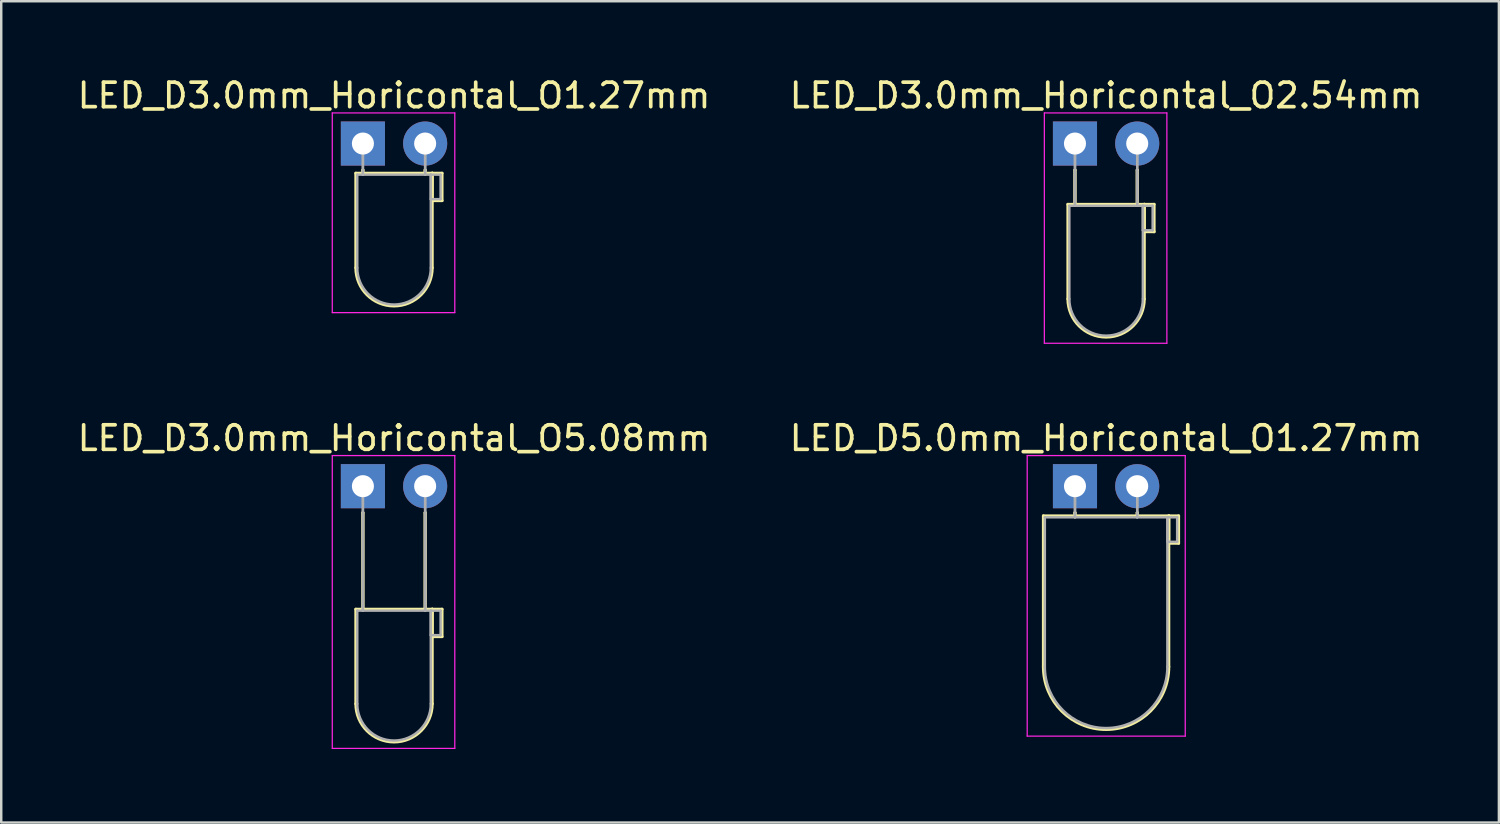
<source format=kicad_pcb>
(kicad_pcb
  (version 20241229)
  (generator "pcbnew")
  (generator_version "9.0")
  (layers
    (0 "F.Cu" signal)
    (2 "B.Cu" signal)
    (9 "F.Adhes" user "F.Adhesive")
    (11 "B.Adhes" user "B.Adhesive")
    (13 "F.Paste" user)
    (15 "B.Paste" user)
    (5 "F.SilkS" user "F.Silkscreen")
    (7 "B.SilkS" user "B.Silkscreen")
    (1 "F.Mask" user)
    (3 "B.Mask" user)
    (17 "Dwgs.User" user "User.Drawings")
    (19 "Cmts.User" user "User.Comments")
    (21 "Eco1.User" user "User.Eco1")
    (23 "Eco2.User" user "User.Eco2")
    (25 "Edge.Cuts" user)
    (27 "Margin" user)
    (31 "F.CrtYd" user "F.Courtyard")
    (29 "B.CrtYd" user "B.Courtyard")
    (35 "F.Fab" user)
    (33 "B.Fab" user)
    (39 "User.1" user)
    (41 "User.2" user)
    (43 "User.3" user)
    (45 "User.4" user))
  (footprint "LED_D3.0mm_Horicontal_O2.54mm"
    (layer "F.Cu")
    (at 40.819 2.808)
    (property "Reference" "LED_D3.0mm_Horicontal_O2.54mm" (at 1.27 -1.96 0) (layer "F.SilkS") (effects (font (size 1 1) (thickness 0.15))))
    (attr through_hole)
    (fp_line (start -0.29 2.48) (end -0.29 6.34) (stroke (width 0.12) (type solid)) (layer "F.SilkS"))
    (fp_line (start -0.29 2.48) (end 2.83 2.48) (stroke (width 0.12) (type solid)) (layer "F.SilkS"))
    (fp_line (start 0 1.08) (end 0 1.08) (stroke (width 0.12) (type solid)) (layer "F.SilkS"))
    (fp_line (start 0 1.08) (end 0 2.48) (stroke (width 0.12) (type solid)) (layer "F.SilkS"))
    (fp_line (start 0 2.48) (end 0 1.08) (stroke (width 0.12) (type solid)) (layer "F.SilkS"))
    (fp_line (start 0 2.48) (end 0 2.48) (stroke (width 0.12) (type solid)) (layer "F.SilkS"))
    (fp_line (start 2.54 1.08) (end 2.54 1.08) (stroke (width 0.12) (type solid)) (layer "F.SilkS"))
    (fp_line (start 2.54 1.08) (end 2.54 2.48) (stroke (width 0.12) (type solid)) (layer "F.SilkS"))
    (fp_line (start 2.54 2.48) (end 2.54 1.08) (stroke (width 0.12) (type solid)) (layer "F.SilkS"))
    (fp_line (start 2.54 2.48) (end 2.54 2.48) (stroke (width 0.12) (type solid)) (layer "F.SilkS"))
    (fp_line (start 2.83 2.48) (end 2.83 6.34) (stroke (width 0.12) (type solid)) (layer "F.SilkS"))
    (fp_line (start 2.83 2.48) (end 3.23 2.48) (stroke (width 0.12) (type solid)) (layer "F.SilkS"))
    (fp_line (start 2.83 3.6) (end 2.83 2.48) (stroke (width 0.12) (type solid)) (layer "F.SilkS"))
    (fp_line (start 3.23 2.48) (end 3.23 3.6) (stroke (width 0.12) (type solid)) (layer "F.SilkS"))
    (fp_line (start 3.23 3.6) (end 2.83 3.6) (stroke (width 0.12) (type solid)) (layer "F.SilkS"))
    (fp_arc (start 2.83 6.34) (mid 1.27 7.9) (end -0.29 6.34) (stroke (width 0.12) (type solid)) (layer "F.SilkS"))
    (fp_line (start -1.25 -1.25) (end -1.25 8.15) (stroke (width 0.05) (type solid)) (layer "F.CrtYd"))
    (fp_line (start -1.25 8.15) (end 3.75 8.15) (stroke (width 0.05) (type solid)) (layer "F.CrtYd"))
    (fp_line (start 3.75 -1.25) (end -1.25 -1.25) (stroke (width 0.05) (type solid)) (layer "F.CrtYd"))
    (fp_line (start 3.75 8.15) (end 3.75 -1.25) (stroke (width 0.05) (type solid)) (layer "F.CrtYd"))
    (fp_line (start -0.23 2.54) (end -0.23 6.34) (stroke (width 0.1) (type solid)) (layer "F.Fab"))
    (fp_line (start -0.23 2.54) (end 2.77 2.54) (stroke (width 0.1) (type solid)) (layer "F.Fab"))
    (fp_line (start 0 0) (end 0 0) (stroke (width 0.1) (type solid)) (layer "F.Fab"))
    (fp_line (start 0 0) (end 0 2.54) (stroke (width 0.1) (type solid)) (layer "F.Fab"))
    (fp_line (start 0 2.54) (end 0 0) (stroke (width 0.1) (type solid)) (layer "F.Fab"))
    (fp_line (start 0 2.54) (end 0 2.54) (stroke (width 0.1) (type solid)) (layer "F.Fab"))
    (fp_line (start 2.54 0) (end 2.54 0) (stroke (width 0.1) (type solid)) (layer "F.Fab"))
    (fp_line (start 2.54 0) (end 2.54 2.54) (stroke (width 0.1) (type solid)) (layer "F.Fab"))
    (fp_line (start 2.54 2.54) (end 2.54 0) (stroke (width 0.1) (type solid)) (layer "F.Fab"))
    (fp_line (start 2.54 2.54) (end 2.54 2.54) (stroke (width 0.1) (type solid)) (layer "F.Fab"))
    (fp_line (start 2.77 2.54) (end 2.77 6.34) (stroke (width 0.1) (type solid)) (layer "F.Fab"))
    (fp_line (start 2.77 2.54) (end 3.17 2.54) (stroke (width 0.1) (type solid)) (layer "F.Fab"))
    (fp_line (start 2.77 3.54) (end 2.77 2.54) (stroke (width 0.1) (type solid)) (layer "F.Fab"))
    (fp_line (start 3.17 2.54) (end 3.17 3.54) (stroke (width 0.1) (type solid)) (layer "F.Fab"))
    (fp_line (start 3.17 3.54) (end 2.77 3.54) (stroke (width 0.1) (type solid)) (layer "F.Fab"))
    (fp_arc (start 2.77 6.34) (mid 1.27 7.84) (end -0.23 6.34) (stroke (width 0.1) (type solid)) (layer "F.Fab"))
    (pad "1" thru_hole rect (at 0 0) (size 1.8 1.8) (drill 0.9) (layers "*.Cu" "*.Mask"))
    (pad "2" thru_hole circle (at 2.54 0) (size 1.8 1.8) (drill 0.9) (layers "*.Cu" "*.Mask")))
  (footprint "LED_D3.0mm_Horicontal_O1.27mm"
    (layer "F.Cu")
    (at 11.76 2.808)
    (property "Reference" "LED_D3.0mm_Horicontal_O1.27mm" (at 1.27 -1.96 0) (layer "F.SilkS") (effects (font (size 1 1) (thickness 0.15))))
    (attr through_hole)
    (fp_line (start -0.29 1.21) (end -0.29 5.07) (stroke (width 0.12) (type solid)) (layer "F.SilkS"))
    (fp_line (start -0.29 1.21) (end 2.83 1.21) (stroke (width 0.12) (type solid)) (layer "F.SilkS"))
    (fp_line (start 0 1.08) (end 0 1.08) (stroke (width 0.12) (type solid)) (layer "F.SilkS"))
    (fp_line (start 0 1.08) (end 0 1.21) (stroke (width 0.12) (type solid)) (layer "F.SilkS"))
    (fp_line (start 0 1.21) (end 0 1.08) (stroke (width 0.12) (type solid)) (layer "F.SilkS"))
    (fp_line (start 0 1.21) (end 0 1.21) (stroke (width 0.12) (type solid)) (layer "F.SilkS"))
    (fp_line (start 2.54 1.08) (end 2.54 1.08) (stroke (width 0.12) (type solid)) (layer "F.SilkS"))
    (fp_line (start 2.54 1.08) (end 2.54 1.21) (stroke (width 0.12) (type solid)) (layer "F.SilkS"))
    (fp_line (start 2.54 1.21) (end 2.54 1.08) (stroke (width 0.12) (type solid)) (layer "F.SilkS"))
    (fp_line (start 2.54 1.21) (end 2.54 1.21) (stroke (width 0.12) (type solid)) (layer "F.SilkS"))
    (fp_line (start 2.83 1.21) (end 2.83 5.07) (stroke (width 0.12) (type solid)) (layer "F.SilkS"))
    (fp_line (start 2.83 1.21) (end 3.23 1.21) (stroke (width 0.12) (type solid)) (layer "F.SilkS"))
    (fp_line (start 2.83 2.33) (end 2.83 1.21) (stroke (width 0.12) (type solid)) (layer "F.SilkS"))
    (fp_line (start 3.23 1.21) (end 3.23 2.33) (stroke (width 0.12) (type solid)) (layer "F.SilkS"))
    (fp_line (start 3.23 2.33) (end 2.83 2.33) (stroke (width 0.12) (type solid)) (layer "F.SilkS"))
    (fp_arc (start 2.83 5.07) (mid 1.27 6.63) (end -0.29 5.07) (stroke (width 0.12) (type solid)) (layer "F.SilkS"))
    (fp_line (start -1.25 -1.25) (end -1.25 6.9) (stroke (width 0.05) (type solid)) (layer "F.CrtYd"))
    (fp_line (start -1.25 6.9) (end 3.75 6.9) (stroke (width 0.05) (type solid)) (layer "F.CrtYd"))
    (fp_line (start 3.75 -1.25) (end -1.25 -1.25) (stroke (width 0.05) (type solid)) (layer "F.CrtYd"))
    (fp_line (start 3.75 6.9) (end 3.75 -1.25) (stroke (width 0.05) (type solid)) (layer "F.CrtYd"))
    (fp_line (start -0.23 1.27) (end -0.23 5.07) (stroke (width 0.1) (type solid)) (layer "F.Fab"))
    (fp_line (start -0.23 1.27) (end 2.77 1.27) (stroke (width 0.1) (type solid)) (layer "F.Fab"))
    (fp_line (start 0 0) (end 0 0) (stroke (width 0.1) (type solid)) (layer "F.Fab"))
    (fp_line (start 0 0) (end 0 1.27) (stroke (width 0.1) (type solid)) (layer "F.Fab"))
    (fp_line (start 0 1.27) (end 0 0) (stroke (width 0.1) (type solid)) (layer "F.Fab"))
    (fp_line (start 0 1.27) (end 0 1.27) (stroke (width 0.1) (type solid)) (layer "F.Fab"))
    (fp_line (start 2.54 0) (end 2.54 0) (stroke (width 0.1) (type solid)) (layer "F.Fab"))
    (fp_line (start 2.54 0) (end 2.54 1.27) (stroke (width 0.1) (type solid)) (layer "F.Fab"))
    (fp_line (start 2.54 1.27) (end 2.54 0) (stroke (width 0.1) (type solid)) (layer "F.Fab"))
    (fp_line (start 2.54 1.27) (end 2.54 1.27) (stroke (width 0.1) (type solid)) (layer "F.Fab"))
    (fp_line (start 2.77 1.27) (end 2.77 5.07) (stroke (width 0.1) (type solid)) (layer "F.Fab"))
    (fp_line (start 2.77 1.27) (end 3.17 1.27) (stroke (width 0.1) (type solid)) (layer "F.Fab"))
    (fp_line (start 2.77 2.27) (end 2.77 1.27) (stroke (width 0.1) (type solid)) (layer "F.Fab"))
    (fp_line (start 3.17 1.27) (end 3.17 2.27) (stroke (width 0.1) (type solid)) (layer "F.Fab"))
    (fp_line (start 3.17 2.27) (end 2.77 2.27) (stroke (width 0.1) (type solid)) (layer "F.Fab"))
    (fp_arc (start 2.77 5.07) (mid 1.27 6.57) (end -0.23 5.07) (stroke (width 0.1) (type solid)) (layer "F.Fab"))
    (pad "1" thru_hole rect (at 0 0) (size 1.8 1.8) (drill 0.9) (layers "*.Cu" "*.Mask"))
    (pad "2" thru_hole circle (at 2.54 0) (size 1.8 1.8) (drill 0.9) (layers "*.Cu" "*.Mask")))
  (footprint "LED_D3.0mm_Horicontal_O5.08mm"
    (layer "F.Cu")
    (at 11.76 16.791)
    (property "Reference" "LED_D3.0mm_Horicontal_O5.08mm" (at 1.27 -1.96 0) (layer "F.SilkS") (effects (font (size 1 1) (thickness 0.15))))
    (attr through_hole)
    (fp_line (start -0.29 5.02) (end -0.29 8.88) (stroke (width 0.12) (type solid)) (layer "F.SilkS"))
    (fp_line (start -0.29 5.02) (end 2.83 5.02) (stroke (width 0.12) (type solid)) (layer "F.SilkS"))
    (fp_line (start 0 1.08) (end 0 1.08) (stroke (width 0.12) (type solid)) (layer "F.SilkS"))
    (fp_line (start 0 1.08) (end 0 5.02) (stroke (width 0.12) (type solid)) (layer "F.SilkS"))
    (fp_line (start 0 5.02) (end 0 1.08) (stroke (width 0.12) (type solid)) (layer "F.SilkS"))
    (fp_line (start 0 5.02) (end 0 5.02) (stroke (width 0.12) (type solid)) (layer "F.SilkS"))
    (fp_line (start 2.54 1.08) (end 2.54 1.08) (stroke (width 0.12) (type solid)) (layer "F.SilkS"))
    (fp_line (start 2.54 1.08) (end 2.54 5.02) (stroke (width 0.12) (type solid)) (layer "F.SilkS"))
    (fp_line (start 2.54 5.02) (end 2.54 1.08) (stroke (width 0.12) (type solid)) (layer "F.SilkS"))
    (fp_line (start 2.54 5.02) (end 2.54 5.02) (stroke (width 0.12) (type solid)) (layer "F.SilkS"))
    (fp_line (start 2.83 5.02) (end 2.83 8.88) (stroke (width 0.12) (type solid)) (layer "F.SilkS"))
    (fp_line (start 2.83 5.02) (end 3.23 5.02) (stroke (width 0.12) (type solid)) (layer "F.SilkS"))
    (fp_line (start 2.83 6.14) (end 2.83 5.02) (stroke (width 0.12) (type solid)) (layer "F.SilkS"))
    (fp_line (start 3.23 5.02) (end 3.23 6.14) (stroke (width 0.12) (type solid)) (layer "F.SilkS"))
    (fp_line (start 3.23 6.14) (end 2.83 6.14) (stroke (width 0.12) (type solid)) (layer "F.SilkS"))
    (fp_arc (start 2.83 8.88) (mid 1.27 10.44) (end -0.29 8.88) (stroke (width 0.12) (type solid)) (layer "F.SilkS"))
    (fp_line (start -1.25 -1.25) (end -1.25 10.7) (stroke (width 0.05) (type solid)) (layer "F.CrtYd"))
    (fp_line (start -1.25 10.7) (end 3.75 10.7) (stroke (width 0.05) (type solid)) (layer "F.CrtYd"))
    (fp_line (start 3.75 -1.25) (end -1.25 -1.25) (stroke (width 0.05) (type solid)) (layer "F.CrtYd"))
    (fp_line (start 3.75 10.7) (end 3.75 -1.25) (stroke (width 0.05) (type solid)) (layer "F.CrtYd"))
    (fp_line (start -0.23 5.08) (end -0.23 8.88) (stroke (width 0.1) (type solid)) (layer "F.Fab"))
    (fp_line (start -0.23 5.08) (end 2.77 5.08) (stroke (width 0.1) (type solid)) (layer "F.Fab"))
    (fp_line (start 0 0) (end 0 0) (stroke (width 0.1) (type solid)) (layer "F.Fab"))
    (fp_line (start 0 0) (end 0 5.08) (stroke (width 0.1) (type solid)) (layer "F.Fab"))
    (fp_line (start 0 5.08) (end 0 0) (stroke (width 0.1) (type solid)) (layer "F.Fab"))
    (fp_line (start 0 5.08) (end 0 5.08) (stroke (width 0.1) (type solid)) (layer "F.Fab"))
    (fp_line (start 2.54 0) (end 2.54 0) (stroke (width 0.1) (type solid)) (layer "F.Fab"))
    (fp_line (start 2.54 0) (end 2.54 5.08) (stroke (width 0.1) (type solid)) (layer "F.Fab"))
    (fp_line (start 2.54 5.08) (end 2.54 0) (stroke (width 0.1) (type solid)) (layer "F.Fab"))
    (fp_line (start 2.54 5.08) (end 2.54 5.08) (stroke (width 0.1) (type solid)) (layer "F.Fab"))
    (fp_line (start 2.77 5.08) (end 2.77 8.88) (stroke (width 0.1) (type solid)) (layer "F.Fab"))
    (fp_line (start 2.77 5.08) (end 3.17 5.08) (stroke (width 0.1) (type solid)) (layer "F.Fab"))
    (fp_line (start 2.77 6.08) (end 2.77 5.08) (stroke (width 0.1) (type solid)) (layer "F.Fab"))
    (fp_line (start 3.17 5.08) (end 3.17 6.08) (stroke (width 0.1) (type solid)) (layer "F.Fab"))
    (fp_line (start 3.17 6.08) (end 2.77 6.08) (stroke (width 0.1) (type solid)) (layer "F.Fab"))
    (fp_arc (start 2.77 8.88) (mid 1.27 10.38) (end -0.23 8.88) (stroke (width 0.1) (type solid)) (layer "F.Fab"))
    (pad "1" thru_hole rect (at 0 0) (size 1.8 1.8) (drill 0.9) (layers "*.Cu" "*.Mask"))
    (pad "2" thru_hole circle (at 2.54 0) (size 1.8 1.8) (drill 0.9) (layers "*.Cu" "*.Mask")))
  (footprint "LED_D5.0mm_Horicontal_O1.27mm"
    (layer "F.Cu")
    (at 40.819 16.791)
    (property "Reference" "LED_D5.0mm_Horicontal_O1.27mm" (at 1.27 -1.96 0) (layer "F.SilkS") (effects (font (size 1 1) (thickness 0.15))))
    (attr through_hole)
    (fp_line (start -1.29 1.21) (end -1.29 7.37) (stroke (width 0.12) (type solid)) (layer "F.SilkS"))
    (fp_line (start -1.29 1.21) (end 3.83 1.21) (stroke (width 0.12) (type solid)) (layer "F.SilkS"))
    (fp_line (start 0 1.08) (end 0 1.08) (stroke (width 0.12) (type solid)) (layer "F.SilkS"))
    (fp_line (start 0 1.08) (end 0 1.21) (stroke (width 0.12) (type solid)) (layer "F.SilkS"))
    (fp_line (start 0 1.21) (end 0 1.08) (stroke (width 0.12) (type solid)) (layer "F.SilkS"))
    (fp_line (start 0 1.21) (end 0 1.21) (stroke (width 0.12) (type solid)) (layer "F.SilkS"))
    (fp_line (start 2.54 1.08) (end 2.54 1.08) (stroke (width 0.12) (type solid)) (layer "F.SilkS"))
    (fp_line (start 2.54 1.08) (end 2.54 1.21) (stroke (width 0.12) (type solid)) (layer "F.SilkS"))
    (fp_line (start 2.54 1.21) (end 2.54 1.08) (stroke (width 0.12) (type solid)) (layer "F.SilkS"))
    (fp_line (start 2.54 1.21) (end 2.54 1.21) (stroke (width 0.12) (type solid)) (layer "F.SilkS"))
    (fp_line (start 3.83 1.21) (end 3.83 7.37) (stroke (width 0.12) (type solid)) (layer "F.SilkS"))
    (fp_line (start 3.83 1.21) (end 4.23 1.21) (stroke (width 0.12) (type solid)) (layer "F.SilkS"))
    (fp_line (start 3.83 2.33) (end 3.83 1.21) (stroke (width 0.12) (type solid)) (layer "F.SilkS"))
    (fp_line (start 4.23 1.21) (end 4.23 2.33) (stroke (width 0.12) (type solid)) (layer "F.SilkS"))
    (fp_line (start 4.23 2.33) (end 3.83 2.33) (stroke (width 0.12) (type solid)) (layer "F.SilkS"))
    (fp_arc (start 3.83 7.37) (mid 1.27 9.93) (end -1.29 7.37) (stroke (width 0.12) (type solid)) (layer "F.SilkS"))
    (fp_line (start -1.95 -1.25) (end -1.95 10.2) (stroke (width 0.05) (type solid)) (layer "F.CrtYd"))
    (fp_line (start -1.95 10.2) (end 4.5 10.2) (stroke (width 0.05) (type solid)) (layer "F.CrtYd"))
    (fp_line (start 4.5 -1.25) (end -1.95 -1.25) (stroke (width 0.05) (type solid)) (layer "F.CrtYd"))
    (fp_line (start 4.5 10.2) (end 4.5 -1.25) (stroke (width 0.05) (type solid)) (layer "F.CrtYd"))
    (fp_line (start -1.23 1.27) (end -1.23 7.37) (stroke (width 0.1) (type solid)) (layer "F.Fab"))
    (fp_line (start -1.23 1.27) (end 3.77 1.27) (stroke (width 0.1) (type solid)) (layer "F.Fab"))
    (fp_line (start 0 0) (end 0 0) (stroke (width 0.1) (type solid)) (layer "F.Fab"))
    (fp_line (start 0 0) (end 0 1.27) (stroke (width 0.1) (type solid)) (layer "F.Fab"))
    (fp_line (start 0 1.27) (end 0 0) (stroke (width 0.1) (type solid)) (layer "F.Fab"))
    (fp_line (start 0 1.27) (end 0 1.27) (stroke (width 0.1) (type solid)) (layer "F.Fab"))
    (fp_line (start 2.54 0) (end 2.54 0) (stroke (width 0.1) (type solid)) (layer "F.Fab"))
    (fp_line (start 2.54 0) (end 2.54 1.27) (stroke (width 0.1) (type solid)) (layer "F.Fab"))
    (fp_line (start 2.54 1.27) (end 2.54 0) (stroke (width 0.1) (type solid)) (layer "F.Fab"))
    (fp_line (start 2.54 1.27) (end 2.54 1.27) (stroke (width 0.1) (type solid)) (layer "F.Fab"))
    (fp_line (start 3.77 1.27) (end 3.77 7.37) (stroke (width 0.1) (type solid)) (layer "F.Fab"))
    (fp_line (start 3.77 1.27) (end 4.17 1.27) (stroke (width 0.1) (type solid)) (layer "F.Fab"))
    (fp_line (start 3.77 2.27) (end 3.77 1.27) (stroke (width 0.1) (type solid)) (layer "F.Fab"))
    (fp_line (start 4.17 1.27) (end 4.17 2.27) (stroke (width 0.1) (type solid)) (layer "F.Fab"))
    (fp_line (start 4.17 2.27) (end 3.77 2.27) (stroke (width 0.1) (type solid)) (layer "F.Fab"))
    (fp_arc (start 3.77 7.37) (mid 1.27 9.87) (end -1.23 7.37) (stroke (width 0.1) (type solid)) (layer "F.Fab"))
    (pad "1" thru_hole rect (at 0 0) (size 1.8 1.8) (drill 0.9) (layers "*.Cu" "*.Mask"))
    (pad "2" thru_hole circle (at 2.54 0) (size 1.8 1.8) (drill 0.9) (layers "*.Cu" "*.Mask")))
  (gr_rect
    (start -3 -3)
    (end 58.119 30.517)
    (stroke (width 0.1) (type default))
    (fill no)
    (layer "Edge.Cuts")))
</source>
